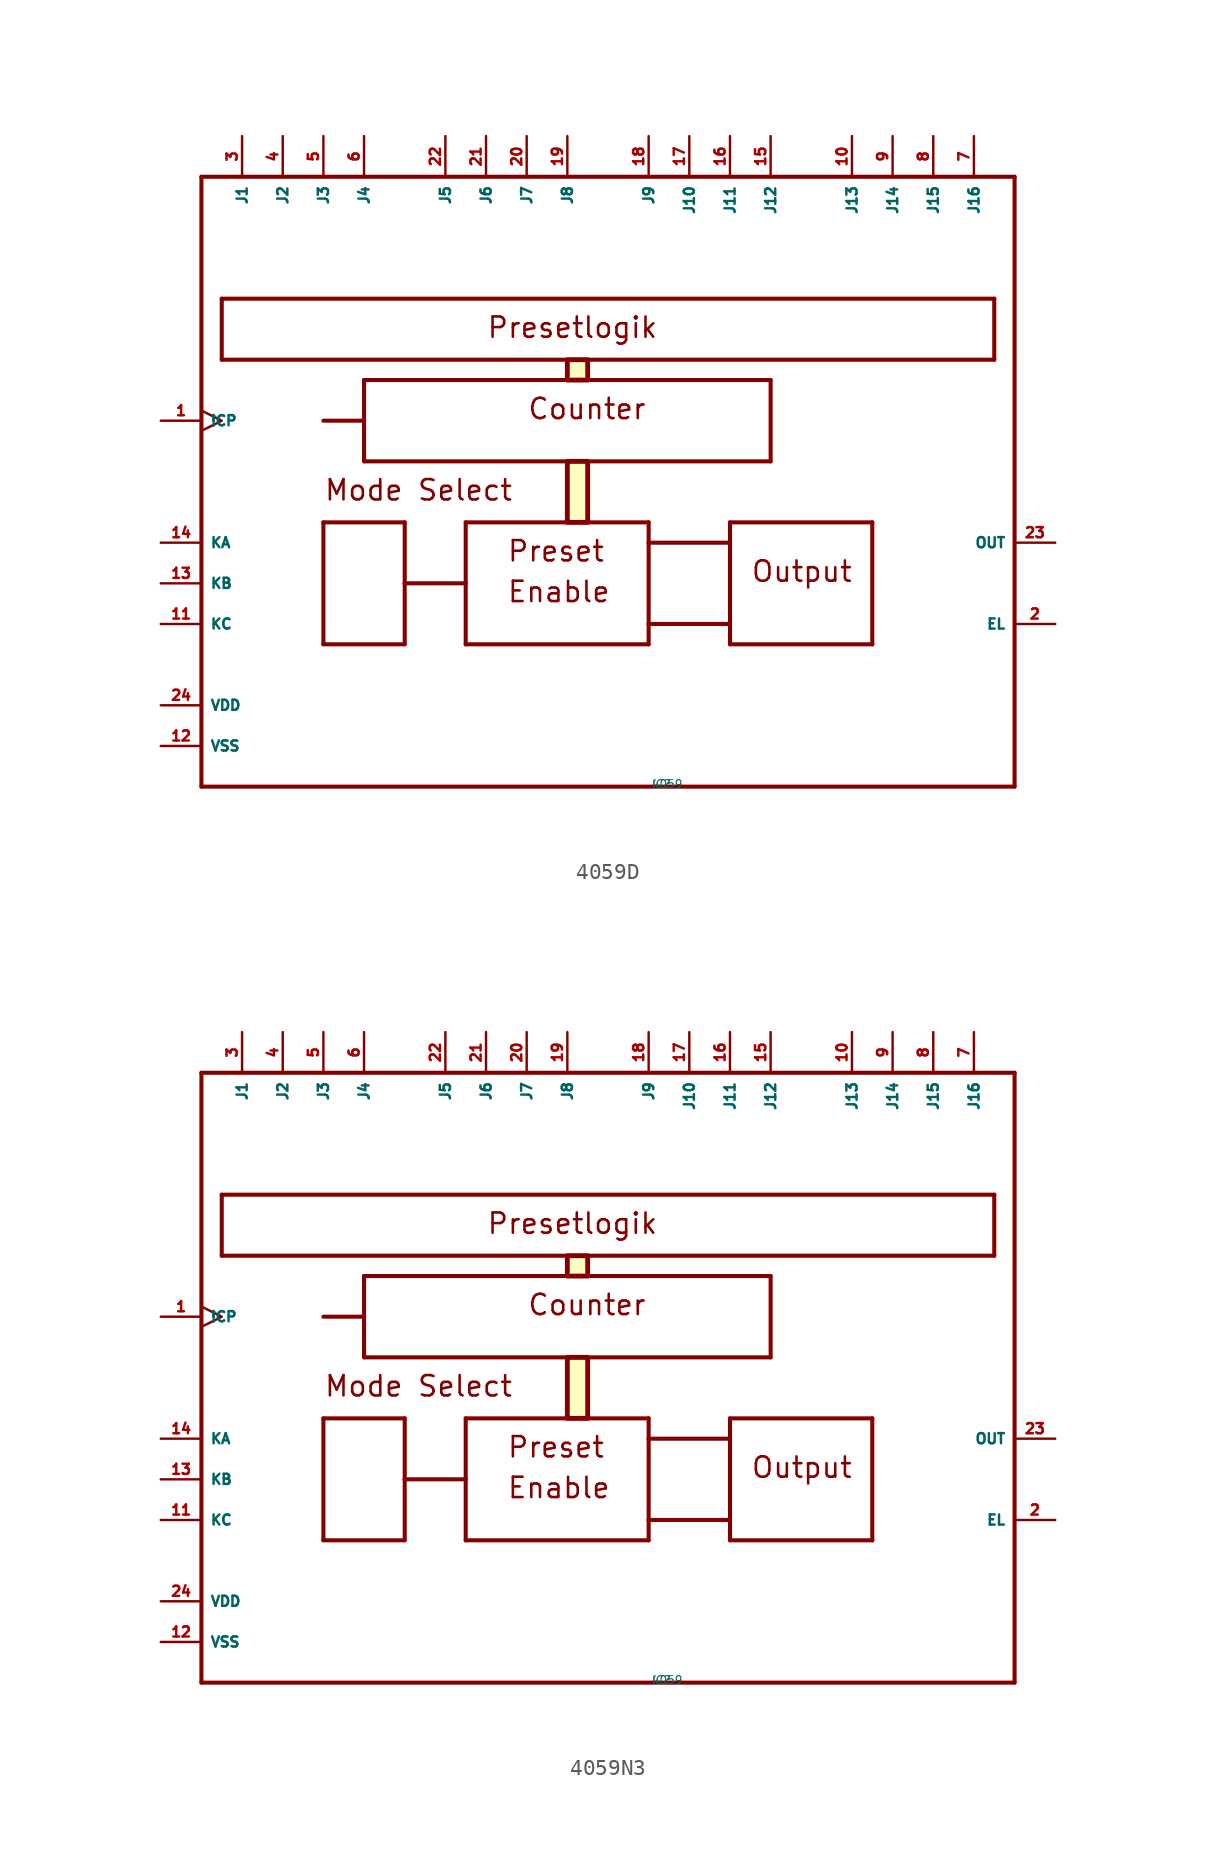
<source format=kicad_sym>
(kicad_symbol_lib
  (version 20220914)
  (generator Eagle2Kicad)
  (symbol "4059D"
    (property "Reference" "IC"
      (at -10 -10 0)
      (effects (font (size 0.5 0.5) (thickness 0.06)) (justify left)))
    (property "Value" "4059"
      (at -10 -10 0)
      (effects (font (size 0.5 0.5) (thickness 0.06)) (justify left)))
    (polyline
      (pts (xy -38.1 27.94) (xy 12.7 27.94))
      (stroke (width 0.254) (type default))
      (fill (type none)))
    (polyline
      (pts (xy 12.7 27.94) (xy 12.7 -10.16))
      (stroke (width 0.254) (type default))
      (fill (type none)))
    (polyline
      (pts (xy -38.1 -10.16) (xy -38.1 27.94))
      (stroke (width 0.254) (type default))
      (fill (type none)))
    (polyline
      (pts (xy 11.43 20.32) (xy 11.43 16.51))
      (stroke (width 0.254) (type default))
      (fill (type none)))
    (polyline
      (pts (xy 11.43 16.51) (xy -36.83 16.51))
      (stroke (width 0.254) (type default))
      (fill (type none)))
    (polyline
      (pts (xy -36.83 16.51) (xy -36.83 20.32))
      (stroke (width 0.254) (type default))
      (fill (type none)))
    (polyline
      (pts (xy 11.43 20.32) (xy -36.83 20.32))
      (stroke (width 0.254) (type default))
      (fill (type none)))
    (polyline
      (pts (xy -27.94 15.24) (xy -2.54 15.24))
      (stroke (width 0.254) (type default))
      (fill (type none)))
    (polyline
      (pts (xy -2.54 15.24) (xy -2.54 10.16))
      (stroke (width 0.254) (type default))
      (fill (type none)))
    (polyline
      (pts (xy -2.54 10.16) (xy -27.94 10.16))
      (stroke (width 0.254) (type default))
      (fill (type none)))
    (polyline
      (pts (xy -27.94 10.16) (xy -27.94 12.7))
      (stroke (width 0.254) (type default))
      (fill (type none)))
    (polyline
      (pts (xy -27.94 12.7) (xy -27.94 15.24))
      (stroke (width 0.254) (type default))
      (fill (type none)))
    (polyline
      (pts (xy -30.48 6.35) (xy -25.4 6.35))
      (stroke (width 0.254) (type default))
      (fill (type none)))
    (polyline
      (pts (xy -25.4 6.35) (xy -25.4 2.54))
      (stroke (width 0.254) (type default))
      (fill (type none)))
    (polyline
      (pts (xy -25.4 2.54) (xy -25.4 -1.27))
      (stroke (width 0.254) (type default))
      (fill (type none)))
    (polyline
      (pts (xy -25.4 -1.27) (xy -30.48 -1.27))
      (stroke (width 0.254) (type default))
      (fill (type none)))
    (polyline
      (pts (xy -30.48 -1.27) (xy -30.48 6.35))
      (stroke (width 0.254) (type default))
      (fill (type none)))
    (polyline
      (pts (xy -5.08 6.35) (xy 3.81 6.35))
      (stroke (width 0.254) (type default))
      (fill (type none)))
    (polyline
      (pts (xy 3.81 6.35) (xy 3.81 -1.27))
      (stroke (width 0.254) (type default))
      (fill (type none)))
    (polyline
      (pts (xy 3.81 -1.27) (xy -5.08 -1.27))
      (stroke (width 0.254) (type default))
      (fill (type none)))
    (polyline
      (pts (xy -5.08 5.08) (xy -5.08 6.35))
      (stroke (width 0.254) (type default))
      (fill (type none)))
    (polyline
      (pts (xy -21.59 6.35) (xy -10.16 6.35))
      (stroke (width 0.254) (type default))
      (fill (type none)))
    (polyline
      (pts (xy -10.16 6.35) (xy -10.16 5.08))
      (stroke (width 0.254) (type default))
      (fill (type none)))
    (polyline
      (pts (xy -10.16 5.08) (xy -10.16 0))
      (stroke (width 0.254) (type default))
      (fill (type none)))
    (polyline
      (pts (xy -10.16 0) (xy -10.16 -1.27))
      (stroke (width 0.254) (type default))
      (fill (type none)))
    (polyline
      (pts (xy -10.16 -1.27) (xy -21.59 -1.27))
      (stroke (width 0.254) (type default))
      (fill (type none)))
    (polyline
      (pts (xy -21.59 -1.27) (xy -21.59 2.54))
      (stroke (width 0.254) (type default))
      (fill (type none)))
    (polyline
      (pts (xy -21.59 2.54) (xy -21.59 6.35))
      (stroke (width 0.254) (type default))
      (fill (type none)))
    (polyline
      (pts (xy -25.4 2.54) (xy -21.59 2.54))
      (stroke (width 0.254) (type default))
      (fill (type none)))
    (polyline
      (pts (xy -30.48 12.7) (xy -27.94 12.7))
      (stroke (width 0.254) (type default))
      (fill (type none)))
    (polyline
      (pts (xy -10.16 5.08) (xy -5.08 5.08))
      (stroke (width 0.254) (type default))
      (fill (type none)))
    (polyline
      (pts (xy -5.08 5.08) (xy -5.08 0))
      (stroke (width 0.254) (type default))
      (fill (type none)))
    (polyline
      (pts (xy -5.08 0) (xy -5.08 -1.27))
      (stroke (width 0.254) (type default))
      (fill (type none)))
    (polyline
      (pts (xy 12.7 -10.16) (xy -38.1 -10.16))
      (stroke (width 0.254) (type default))
      (fill (type none)))
    (polyline
      (pts (xy -5.08 0) (xy -10.16 0))
      (stroke (width 0.254) (type default))
      (fill (type none)))
    (text "Presetlogik"
      (at -20.32 17.78 0)
      (effects (font (size 1.27 1.27) (thickness 0.16)) (justify left bottom)))
    (text "Counter"
      (at -17.78 12.7 0)
      (effects (font (size 1.27 1.27) (thickness 0.16)) (justify left bottom)))
    (text "Mode Select"
      (at -30.48 7.62 0)
      (effects (font (size 1.27 1.27) (thickness 0.16)) (justify left bottom)))
    (text "Preset"
      (at -19.05 3.81 0)
      (effects (font (size 1.27 1.27) (thickness 0.16)) (justify left bottom)))
    (text "Output"
      (at -3.81 2.54 0)
      (effects (font (size 1.27 1.27) (thickness 0.16)) (justify left bottom)))
    (text "Enable"
      (at -19.05 1.27 0)
      (effects (font (size 1.27 1.27) (thickness 0.16)) (justify left bottom)))
    (rectangle
      (start -15.24 15.24)
      (end -13.97 16.51)
      (stroke (width 0.3) (type default))
      (fill (type background)))
    (rectangle
      (start -15.24 6.35)
      (end -13.97 10.16)
      (stroke (width 0.3) (type default))
      (fill (type background)))
    (pin input line
      (at -40.64 5.08 0)
      (length 2.54)
      (name "KA" (effects (font (size 0.635 0.635) (thickness 0.08)) (justify left bottom)))
      (number "14" (effects (font (size 0.635 0.635) (thickness 0.08)) (justify left bottom))))
    (pin input line
      (at -40.64 2.54 0)
      (length 2.54)
      (name "KB" (effects (font (size 0.635 0.635) (thickness 0.08)) (justify left bottom)))
      (number "13" (effects (font (size 0.635 0.635) (thickness 0.08)) (justify left bottom))))
    (pin input line
      (at -40.64 0 0)
      (length 2.54)
      (name "KC" (effects (font (size 0.635 0.635) (thickness 0.08)) (justify left bottom)))
      (number "11" (effects (font (size 0.635 0.635) (thickness 0.08)) (justify left bottom))))
    (pin input line
      (at -35.56 30.48 270)
      (length 2.54)
      (name "J1" (effects (font (size 0.635 0.635) (thickness 0.08)) (justify left bottom)))
      (number "3" (effects (font (size 0.635 0.635) (thickness 0.08)) (justify left bottom))))
    (pin input line
      (at -33.02 30.48 270)
      (length 2.54)
      (name "J2" (effects (font (size 0.635 0.635) (thickness 0.08)) (justify left bottom)))
      (number "4" (effects (font (size 0.635 0.635) (thickness 0.08)) (justify left bottom))))
    (pin input line
      (at -30.48 30.48 270)
      (length 2.54)
      (name "J3" (effects (font (size 0.635 0.635) (thickness 0.08)) (justify left bottom)))
      (number "5" (effects (font (size 0.635 0.635) (thickness 0.08)) (justify left bottom))))
    (pin input line
      (at -27.94 30.48 270)
      (length 2.54)
      (name "J4" (effects (font (size 0.635 0.635) (thickness 0.08)) (justify left bottom)))
      (number "6" (effects (font (size 0.635 0.635) (thickness 0.08)) (justify left bottom))))
    (pin input line
      (at -22.86 30.48 270)
      (length 2.54)
      (name "J5" (effects (font (size 0.635 0.635) (thickness 0.08)) (justify left bottom)))
      (number "22" (effects (font (size 0.635 0.635) (thickness 0.08)) (justify left bottom))))
    (pin input line
      (at -20.32 30.48 270)
      (length 2.54)
      (name "J6" (effects (font (size 0.635 0.635) (thickness 0.08)) (justify left bottom)))
      (number "21" (effects (font (size 0.635 0.635) (thickness 0.08)) (justify left bottom))))
    (pin input line
      (at -17.78 30.48 270)
      (length 2.54)
      (name "J7" (effects (font (size 0.635 0.635) (thickness 0.08)) (justify left bottom)))
      (number "20" (effects (font (size 0.635 0.635) (thickness 0.08)) (justify left bottom))))
    (pin input line
      (at -15.24 30.48 270)
      (length 2.54)
      (name "J8" (effects (font (size 0.635 0.635) (thickness 0.08)) (justify left bottom)))
      (number "19" (effects (font (size 0.635 0.635) (thickness 0.08)) (justify left bottom))))
    (pin input line
      (at -10.16 30.48 270)
      (length 2.54)
      (name "J9" (effects (font (size 0.635 0.635) (thickness 0.08)) (justify left bottom)))
      (number "18" (effects (font (size 0.635 0.635) (thickness 0.08)) (justify left bottom))))
    (pin input line
      (at -7.62 30.48 270)
      (length 2.54)
      (name "J10" (effects (font (size 0.635 0.635) (thickness 0.08)) (justify left bottom)))
      (number "17" (effects (font (size 0.635 0.635) (thickness 0.08)) (justify left bottom))))
    (pin input line
      (at -5.08 30.48 270)
      (length 2.54)
      (name "J11" (effects (font (size 0.635 0.635) (thickness 0.08)) (justify left bottom)))
      (number "16" (effects (font (size 0.635 0.635) (thickness 0.08)) (justify left bottom))))
    (pin input line
      (at -2.54 30.48 270)
      (length 2.54)
      (name "J12" (effects (font (size 0.635 0.635) (thickness 0.08)) (justify left bottom)))
      (number "15" (effects (font (size 0.635 0.635) (thickness 0.08)) (justify left bottom))))
    (pin input line
      (at 2.54 30.48 270)
      (length 2.54)
      (name "J13" (effects (font (size 0.635 0.635) (thickness 0.08)) (justify left bottom)))
      (number "10" (effects (font (size 0.635 0.635) (thickness 0.08)) (justify left bottom))))
    (pin input line
      (at 5.08 30.48 270)
      (length 2.54)
      (name "J14" (effects (font (size 0.635 0.635) (thickness 0.08)) (justify left bottom)))
      (number "9" (effects (font (size 0.635 0.635) (thickness 0.08)) (justify left bottom))))
    (pin input line
      (at 7.62 30.48 270)
      (length 2.54)
      (name "J15" (effects (font (size 0.635 0.635) (thickness 0.08)) (justify left bottom)))
      (number "8" (effects (font (size 0.635 0.635) (thickness 0.08)) (justify left bottom))))
    (pin input line
      (at 10.16 30.48 270)
      (length 2.54)
      (name "J16" (effects (font (size 0.635 0.635) (thickness 0.08)) (justify left bottom)))
      (number "7" (effects (font (size 0.635 0.635) (thickness 0.08)) (justify left bottom))))
    (pin output line
      (at 15.24 5.08 180)
      (length 2.54)
      (name "OUT" (effects (font (size 0.635 0.635) (thickness 0.08)) (justify left bottom)))
      (number "23" (effects (font (size 0.635 0.635) (thickness 0.08)) (justify left bottom))))
    (pin input line
      (at 15.24 0 180)
      (length 2.54)
      (name "EL" (effects (font (size 0.635 0.635) (thickness 0.08)) (justify left bottom)))
      (number "2" (effects (font (size 0.635 0.635) (thickness 0.08)) (justify left bottom))))
    (pin unspecified line
      (at -40.64 -5.08 0)
      (length 2.54)
      (name "VDD" (effects (font (size 0.635 0.635) (thickness 0.08)) (justify left bottom)))
      (number "24" (effects (font (size 0.635 0.635) (thickness 0.08)) (justify left bottom))))
    (pin unspecified line
      (at -40.64 -7.62 0)
      (length 2.54)
      (name "VSS" (effects (font (size 0.635 0.635) (thickness 0.08)) (justify left bottom)))
      (number "12" (effects (font (size 0.635 0.635) (thickness 0.08)) (justify left bottom))))
    (pin input clock
      (at -40.64 12.7 0)
      (length 2.54)
      (name "!CP" (effects (font (size 0.635 0.635) (thickness 0.08)) (justify left bottom)))
      (number "1" (effects (font (size 0.635 0.635) (thickness 0.08)) (justify left bottom)))))
  (symbol "4059N3"
    (property "Reference" "IC"
      (at -10 -10 0)
      (effects (font (size 0.5 0.5) (thickness 0.06)) (justify left)))
    (property "Value" "4059"
      (at -10 -10 0)
      (effects (font (size 0.5 0.5) (thickness 0.06)) (justify left)))
    (polyline
      (pts (xy -38.1 27.94) (xy 12.7 27.94))
      (stroke (width 0.254) (type default))
      (fill (type none)))
    (polyline
      (pts (xy 12.7 27.94) (xy 12.7 -10.16))
      (stroke (width 0.254) (type default))
      (fill (type none)))
    (polyline
      (pts (xy -38.1 -10.16) (xy -38.1 27.94))
      (stroke (width 0.254) (type default))
      (fill (type none)))
    (polyline
      (pts (xy 11.43 20.32) (xy 11.43 16.51))
      (stroke (width 0.254) (type default))
      (fill (type none)))
    (polyline
      (pts (xy 11.43 16.51) (xy -36.83 16.51))
      (stroke (width 0.254) (type default))
      (fill (type none)))
    (polyline
      (pts (xy -36.83 16.51) (xy -36.83 20.32))
      (stroke (width 0.254) (type default))
      (fill (type none)))
    (polyline
      (pts (xy 11.43 20.32) (xy -36.83 20.32))
      (stroke (width 0.254) (type default))
      (fill (type none)))
    (polyline
      (pts (xy -27.94 15.24) (xy -2.54 15.24))
      (stroke (width 0.254) (type default))
      (fill (type none)))
    (polyline
      (pts (xy -2.54 15.24) (xy -2.54 10.16))
      (stroke (width 0.254) (type default))
      (fill (type none)))
    (polyline
      (pts (xy -2.54 10.16) (xy -27.94 10.16))
      (stroke (width 0.254) (type default))
      (fill (type none)))
    (polyline
      (pts (xy -27.94 10.16) (xy -27.94 12.7))
      (stroke (width 0.254) (type default))
      (fill (type none)))
    (polyline
      (pts (xy -27.94 12.7) (xy -27.94 15.24))
      (stroke (width 0.254) (type default))
      (fill (type none)))
    (polyline
      (pts (xy -30.48 6.35) (xy -25.4 6.35))
      (stroke (width 0.254) (type default))
      (fill (type none)))
    (polyline
      (pts (xy -25.4 6.35) (xy -25.4 2.54))
      (stroke (width 0.254) (type default))
      (fill (type none)))
    (polyline
      (pts (xy -25.4 2.54) (xy -25.4 -1.27))
      (stroke (width 0.254) (type default))
      (fill (type none)))
    (polyline
      (pts (xy -25.4 -1.27) (xy -30.48 -1.27))
      (stroke (width 0.254) (type default))
      (fill (type none)))
    (polyline
      (pts (xy -30.48 -1.27) (xy -30.48 6.35))
      (stroke (width 0.254) (type default))
      (fill (type none)))
    (polyline
      (pts (xy -5.08 6.35) (xy 3.81 6.35))
      (stroke (width 0.254) (type default))
      (fill (type none)))
    (polyline
      (pts (xy 3.81 6.35) (xy 3.81 -1.27))
      (stroke (width 0.254) (type default))
      (fill (type none)))
    (polyline
      (pts (xy 3.81 -1.27) (xy -5.08 -1.27))
      (stroke (width 0.254) (type default))
      (fill (type none)))
    (polyline
      (pts (xy -5.08 5.08) (xy -5.08 6.35))
      (stroke (width 0.254) (type default))
      (fill (type none)))
    (polyline
      (pts (xy -21.59 6.35) (xy -10.16 6.35))
      (stroke (width 0.254) (type default))
      (fill (type none)))
    (polyline
      (pts (xy -10.16 6.35) (xy -10.16 5.08))
      (stroke (width 0.254) (type default))
      (fill (type none)))
    (polyline
      (pts (xy -10.16 5.08) (xy -10.16 0))
      (stroke (width 0.254) (type default))
      (fill (type none)))
    (polyline
      (pts (xy -10.16 0) (xy -10.16 -1.27))
      (stroke (width 0.254) (type default))
      (fill (type none)))
    (polyline
      (pts (xy -10.16 -1.27) (xy -21.59 -1.27))
      (stroke (width 0.254) (type default))
      (fill (type none)))
    (polyline
      (pts (xy -21.59 -1.27) (xy -21.59 2.54))
      (stroke (width 0.254) (type default))
      (fill (type none)))
    (polyline
      (pts (xy -21.59 2.54) (xy -21.59 6.35))
      (stroke (width 0.254) (type default))
      (fill (type none)))
    (polyline
      (pts (xy -25.4 2.54) (xy -21.59 2.54))
      (stroke (width 0.254) (type default))
      (fill (type none)))
    (polyline
      (pts (xy -30.48 12.7) (xy -27.94 12.7))
      (stroke (width 0.254) (type default))
      (fill (type none)))
    (polyline
      (pts (xy -10.16 5.08) (xy -5.08 5.08))
      (stroke (width 0.254) (type default))
      (fill (type none)))
    (polyline
      (pts (xy -5.08 5.08) (xy -5.08 0))
      (stroke (width 0.254) (type default))
      (fill (type none)))
    (polyline
      (pts (xy -5.08 0) (xy -5.08 -1.27))
      (stroke (width 0.254) (type default))
      (fill (type none)))
    (polyline
      (pts (xy 12.7 -10.16) (xy -38.1 -10.16))
      (stroke (width 0.254) (type default))
      (fill (type none)))
    (polyline
      (pts (xy -5.08 0) (xy -10.16 0))
      (stroke (width 0.254) (type default))
      (fill (type none)))
    (text "Presetlogik"
      (at -20.32 17.78 0)
      (effects (font (size 1.27 1.27) (thickness 0.16)) (justify left bottom)))
    (text "Counter"
      (at -17.78 12.7 0)
      (effects (font (size 1.27 1.27) (thickness 0.16)) (justify left bottom)))
    (text "Mode Select"
      (at -30.48 7.62 0)
      (effects (font (size 1.27 1.27) (thickness 0.16)) (justify left bottom)))
    (text "Preset"
      (at -19.05 3.81 0)
      (effects (font (size 1.27 1.27) (thickness 0.16)) (justify left bottom)))
    (text "Output"
      (at -3.81 2.54 0)
      (effects (font (size 1.27 1.27) (thickness 0.16)) (justify left bottom)))
    (text "Enable"
      (at -19.05 1.27 0)
      (effects (font (size 1.27 1.27) (thickness 0.16)) (justify left bottom)))
    (rectangle
      (start -15.24 15.24)
      (end -13.97 16.51)
      (stroke (width 0.3) (type default))
      (fill (type background)))
    (rectangle
      (start -15.24 6.35)
      (end -13.97 10.16)
      (stroke (width 0.3) (type default))
      (fill (type background)))
    (pin input line
      (at -40.64 5.08 0)
      (length 2.54)
      (name "KA" (effects (font (size 0.635 0.635) (thickness 0.08)) (justify left bottom)))
      (number "14" (effects (font (size 0.635 0.635) (thickness 0.08)) (justify left bottom))))
    (pin input line
      (at -40.64 2.54 0)
      (length 2.54)
      (name "KB" (effects (font (size 0.635 0.635) (thickness 0.08)) (justify left bottom)))
      (number "13" (effects (font (size 0.635 0.635) (thickness 0.08)) (justify left bottom))))
    (pin input line
      (at -40.64 0 0)
      (length 2.54)
      (name "KC" (effects (font (size 0.635 0.635) (thickness 0.08)) (justify left bottom)))
      (number "11" (effects (font (size 0.635 0.635) (thickness 0.08)) (justify left bottom))))
    (pin input line
      (at -35.56 30.48 270)
      (length 2.54)
      (name "J1" (effects (font (size 0.635 0.635) (thickness 0.08)) (justify left bottom)))
      (number "3" (effects (font (size 0.635 0.635) (thickness 0.08)) (justify left bottom))))
    (pin input line
      (at -33.02 30.48 270)
      (length 2.54)
      (name "J2" (effects (font (size 0.635 0.635) (thickness 0.08)) (justify left bottom)))
      (number "4" (effects (font (size 0.635 0.635) (thickness 0.08)) (justify left bottom))))
    (pin input line
      (at -30.48 30.48 270)
      (length 2.54)
      (name "J3" (effects (font (size 0.635 0.635) (thickness 0.08)) (justify left bottom)))
      (number "5" (effects (font (size 0.635 0.635) (thickness 0.08)) (justify left bottom))))
    (pin input line
      (at -27.94 30.48 270)
      (length 2.54)
      (name "J4" (effects (font (size 0.635 0.635) (thickness 0.08)) (justify left bottom)))
      (number "6" (effects (font (size 0.635 0.635) (thickness 0.08)) (justify left bottom))))
    (pin input line
      (at -22.86 30.48 270)
      (length 2.54)
      (name "J5" (effects (font (size 0.635 0.635) (thickness 0.08)) (justify left bottom)))
      (number "22" (effects (font (size 0.635 0.635) (thickness 0.08)) (justify left bottom))))
    (pin input line
      (at -20.32 30.48 270)
      (length 2.54)
      (name "J6" (effects (font (size 0.635 0.635) (thickness 0.08)) (justify left bottom)))
      (number "21" (effects (font (size 0.635 0.635) (thickness 0.08)) (justify left bottom))))
    (pin input line
      (at -17.78 30.48 270)
      (length 2.54)
      (name "J7" (effects (font (size 0.635 0.635) (thickness 0.08)) (justify left bottom)))
      (number "20" (effects (font (size 0.635 0.635) (thickness 0.08)) (justify left bottom))))
    (pin input line
      (at -15.24 30.48 270)
      (length 2.54)
      (name "J8" (effects (font (size 0.635 0.635) (thickness 0.08)) (justify left bottom)))
      (number "19" (effects (font (size 0.635 0.635) (thickness 0.08)) (justify left bottom))))
    (pin input line
      (at -10.16 30.48 270)
      (length 2.54)
      (name "J9" (effects (font (size 0.635 0.635) (thickness 0.08)) (justify left bottom)))
      (number "18" (effects (font (size 0.635 0.635) (thickness 0.08)) (justify left bottom))))
    (pin input line
      (at -7.62 30.48 270)
      (length 2.54)
      (name "J10" (effects (font (size 0.635 0.635) (thickness 0.08)) (justify left bottom)))
      (number "17" (effects (font (size 0.635 0.635) (thickness 0.08)) (justify left bottom))))
    (pin input line
      (at -5.08 30.48 270)
      (length 2.54)
      (name "J11" (effects (font (size 0.635 0.635) (thickness 0.08)) (justify left bottom)))
      (number "16" (effects (font (size 0.635 0.635) (thickness 0.08)) (justify left bottom))))
    (pin input line
      (at -2.54 30.48 270)
      (length 2.54)
      (name "J12" (effects (font (size 0.635 0.635) (thickness 0.08)) (justify left bottom)))
      (number "15" (effects (font (size 0.635 0.635) (thickness 0.08)) (justify left bottom))))
    (pin input line
      (at 2.54 30.48 270)
      (length 2.54)
      (name "J13" (effects (font (size 0.635 0.635) (thickness 0.08)) (justify left bottom)))
      (number "10" (effects (font (size 0.635 0.635) (thickness 0.08)) (justify left bottom))))
    (pin input line
      (at 5.08 30.48 270)
      (length 2.54)
      (name "J14" (effects (font (size 0.635 0.635) (thickness 0.08)) (justify left bottom)))
      (number "9" (effects (font (size 0.635 0.635) (thickness 0.08)) (justify left bottom))))
    (pin input line
      (at 7.62 30.48 270)
      (length 2.54)
      (name "J15" (effects (font (size 0.635 0.635) (thickness 0.08)) (justify left bottom)))
      (number "8" (effects (font (size 0.635 0.635) (thickness 0.08)) (justify left bottom))))
    (pin input line
      (at 10.16 30.48 270)
      (length 2.54)
      (name "J16" (effects (font (size 0.635 0.635) (thickness 0.08)) (justify left bottom)))
      (number "7" (effects (font (size 0.635 0.635) (thickness 0.08)) (justify left bottom))))
    (pin output line
      (at 15.24 5.08 180)
      (length 2.54)
      (name "OUT" (effects (font (size 0.635 0.635) (thickness 0.08)) (justify left bottom)))
      (number "23" (effects (font (size 0.635 0.635) (thickness 0.08)) (justify left bottom))))
    (pin input line
      (at 15.24 0 180)
      (length 2.54)
      (name "EL" (effects (font (size 0.635 0.635) (thickness 0.08)) (justify left bottom)))
      (number "2" (effects (font (size 0.635 0.635) (thickness 0.08)) (justify left bottom))))
    (pin unspecified line
      (at -40.64 -5.08 0)
      (length 2.54)
      (name "VDD" (effects (font (size 0.635 0.635) (thickness 0.08)) (justify left bottom)))
      (number "24" (effects (font (size 0.635 0.635) (thickness 0.08)) (justify left bottom))))
    (pin unspecified line
      (at -40.64 -7.62 0)
      (length 2.54)
      (name "VSS" (effects (font (size 0.635 0.635) (thickness 0.08)) (justify left bottom)))
      (number "12" (effects (font (size 0.635 0.635) (thickness 0.08)) (justify left bottom))))
    (pin input clock
      (at -40.64 12.7 0)
      (length 2.54)
      (name "!CP" (effects (font (size 0.635 0.635) (thickness 0.08)) (justify left bottom)))
      (number "1" (effects (font (size 0.635 0.635) (thickness 0.08)) (justify left bottom))))))
</source>
